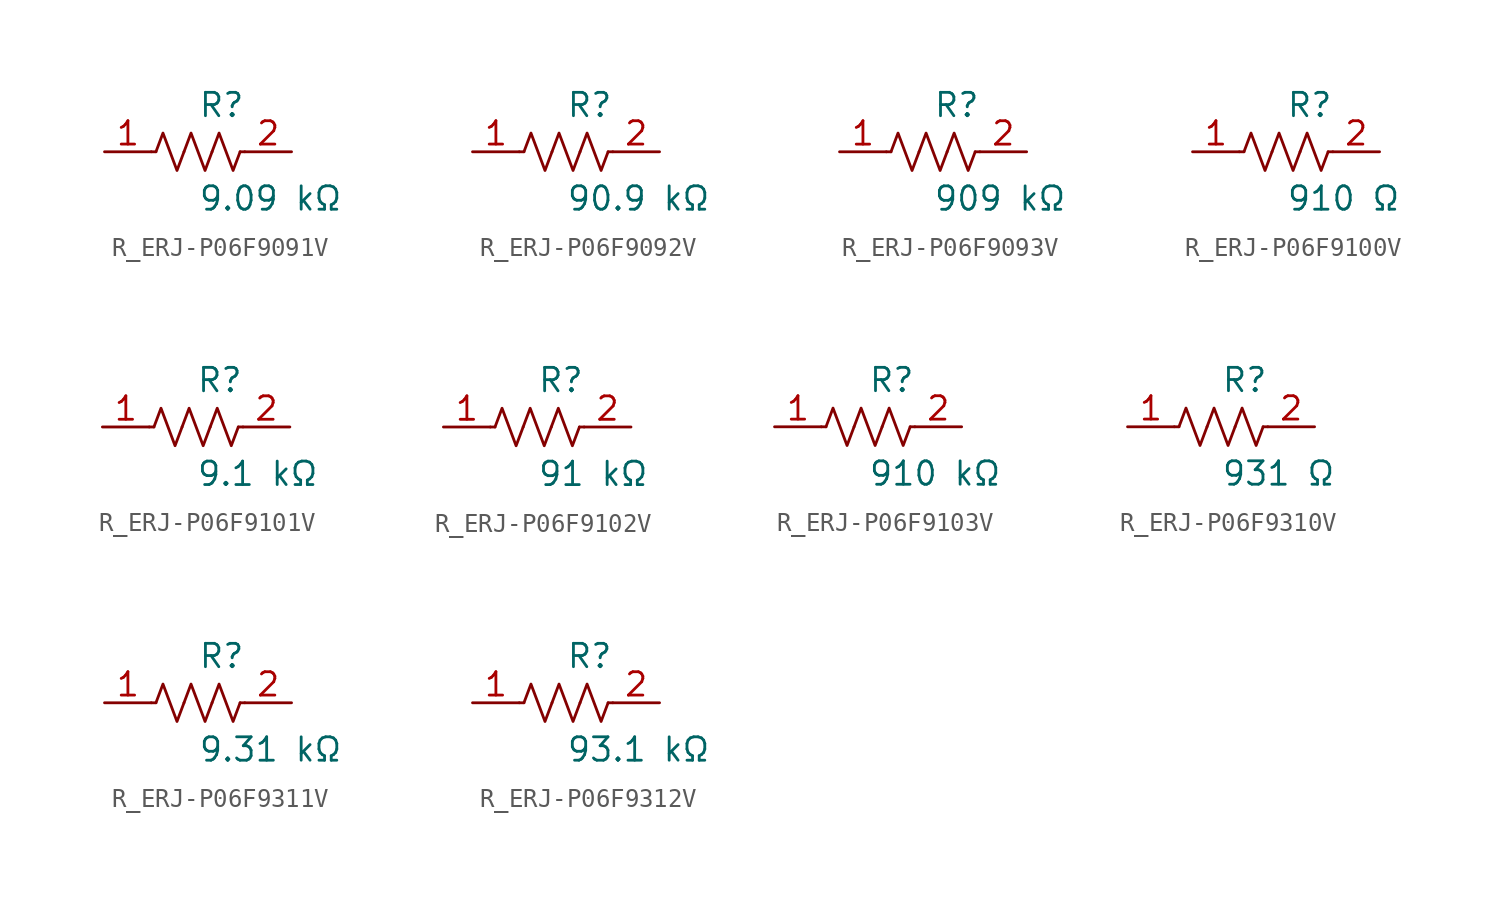
<source format=kicad_sym>
(kicad_symbol_lib
  (version 20231120)
  (generator kicad_symbol_editor)
  (generator_version 8.0)
  (symbol "R_ERJ-P06F9091V"
    (pin_names
      (offset 0.254))
    (property "Reference" "R"
      (at 0.0 2.54 0)
      (effects (font (size 1.27 1.27)) (justify left)))
    (property "Value" "9.09 kΩ"
      (at 0.0 -2.54 0)
      (effects (font (size 1.27 1.27)) (justify left)))
    (symbol "R_ERJ-P06F9091V_0_1"
      (polyline (pts (xy 2.286 0) (xy 2.54 0)) (stroke (width 0) (type default)) (fill (type none)))
      (polyline (pts (xy -2.286 0) (xy -2.54 0)) (stroke (width 0) (type default)) (fill (type none)))
      (polyline (pts (xy 0.762 0) (xy 1.143 1.016) (xy 1.524 0) (xy 1.905 -1.016) (xy 2.286 0)) (stroke (width 0) (type default)) (fill (type none)))
      (polyline (pts (xy -0.762 0) (xy -0.381 1.016) (xy 0 0) (xy 0.381 -1.016) (xy 0.762 0)) (stroke (width 0) (type default)) (fill (type none)))
      (polyline (pts (xy -2.286 0) (xy -1.905 1.016) (xy -1.524 0) (xy -1.143 -1.016) (xy -0.762 0)) (stroke (width 0) (type default)) (fill (type none))))
    (pin unspecified line
      (at -5.08 0 0)
      (length 2.54)
      (name "" (effects (font (size 1.27 1.27))))
      (number "1" (effects (font (size 1.27 1.27)))))
    (pin unspecified line
      (at 5.08 0 180)
      (length 2.54)
      (name "" (effects (font (size 1.27 1.27))))
      (number "2" (effects (font (size 1.27 1.27))))))
  (symbol "R_ERJ-P06F9092V"
    (pin_names
      (offset 0.254))
    (property "Reference" "R"
      (at 0.0 2.54 0)
      (effects (font (size 1.27 1.27)) (justify left)))
    (property "Value" "90.9 kΩ"
      (at 0.0 -2.54 0)
      (effects (font (size 1.27 1.27)) (justify left)))
    (symbol "R_ERJ-P06F9092V_0_1"
      (polyline (pts (xy 2.286 0) (xy 2.54 0)) (stroke (width 0) (type default)) (fill (type none)))
      (polyline (pts (xy -2.286 0) (xy -2.54 0)) (stroke (width 0) (type default)) (fill (type none)))
      (polyline (pts (xy 0.762 0) (xy 1.143 1.016) (xy 1.524 0) (xy 1.905 -1.016) (xy 2.286 0)) (stroke (width 0) (type default)) (fill (type none)))
      (polyline (pts (xy -0.762 0) (xy -0.381 1.016) (xy 0 0) (xy 0.381 -1.016) (xy 0.762 0)) (stroke (width 0) (type default)) (fill (type none)))
      (polyline (pts (xy -2.286 0) (xy -1.905 1.016) (xy -1.524 0) (xy -1.143 -1.016) (xy -0.762 0)) (stroke (width 0) (type default)) (fill (type none))))
    (pin unspecified line
      (at -5.08 0 0)
      (length 2.54)
      (name "" (effects (font (size 1.27 1.27))))
      (number "1" (effects (font (size 1.27 1.27)))))
    (pin unspecified line
      (at 5.08 0 180)
      (length 2.54)
      (name "" (effects (font (size 1.27 1.27))))
      (number "2" (effects (font (size 1.27 1.27))))))
  (symbol "R_ERJ-P06F9093V"
    (pin_names
      (offset 0.254))
    (property "Reference" "R"
      (at 0.0 2.54 0)
      (effects (font (size 1.27 1.27)) (justify left)))
    (property "Value" "909 kΩ"
      (at 0.0 -2.54 0)
      (effects (font (size 1.27 1.27)) (justify left)))
    (symbol "R_ERJ-P06F9093V_0_1"
      (polyline (pts (xy 2.286 0) (xy 2.54 0)) (stroke (width 0) (type default)) (fill (type none)))
      (polyline (pts (xy -2.286 0) (xy -2.54 0)) (stroke (width 0) (type default)) (fill (type none)))
      (polyline (pts (xy 0.762 0) (xy 1.143 1.016) (xy 1.524 0) (xy 1.905 -1.016) (xy 2.286 0)) (stroke (width 0) (type default)) (fill (type none)))
      (polyline (pts (xy -0.762 0) (xy -0.381 1.016) (xy 0 0) (xy 0.381 -1.016) (xy 0.762 0)) (stroke (width 0) (type default)) (fill (type none)))
      (polyline (pts (xy -2.286 0) (xy -1.905 1.016) (xy -1.524 0) (xy -1.143 -1.016) (xy -0.762 0)) (stroke (width 0) (type default)) (fill (type none))))
    (pin unspecified line
      (at -5.08 0 0)
      (length 2.54)
      (name "" (effects (font (size 1.27 1.27))))
      (number "1" (effects (font (size 1.27 1.27)))))
    (pin unspecified line
      (at 5.08 0 180)
      (length 2.54)
      (name "" (effects (font (size 1.27 1.27))))
      (number "2" (effects (font (size 1.27 1.27))))))
  (symbol "R_ERJ-P06F9100V"
    (pin_names
      (offset 0.254))
    (property "Reference" "R"
      (at 0.0 2.54 0)
      (effects (font (size 1.27 1.27)) (justify left)))
    (property "Value" "910 Ω"
      (at 0.0 -2.54 0)
      (effects (font (size 1.27 1.27)) (justify left)))
    (symbol "R_ERJ-P06F9100V_0_1"
      (polyline (pts (xy 2.286 0) (xy 2.54 0)) (stroke (width 0) (type default)) (fill (type none)))
      (polyline (pts (xy -2.286 0) (xy -2.54 0)) (stroke (width 0) (type default)) (fill (type none)))
      (polyline (pts (xy 0.762 0) (xy 1.143 1.016) (xy 1.524 0) (xy 1.905 -1.016) (xy 2.286 0)) (stroke (width 0) (type default)) (fill (type none)))
      (polyline (pts (xy -0.762 0) (xy -0.381 1.016) (xy 0 0) (xy 0.381 -1.016) (xy 0.762 0)) (stroke (width 0) (type default)) (fill (type none)))
      (polyline (pts (xy -2.286 0) (xy -1.905 1.016) (xy -1.524 0) (xy -1.143 -1.016) (xy -0.762 0)) (stroke (width 0) (type default)) (fill (type none))))
    (pin unspecified line
      (at -5.08 0 0)
      (length 2.54)
      (name "" (effects (font (size 1.27 1.27))))
      (number "1" (effects (font (size 1.27 1.27)))))
    (pin unspecified line
      (at 5.08 0 180)
      (length 2.54)
      (name "" (effects (font (size 1.27 1.27))))
      (number "2" (effects (font (size 1.27 1.27))))))
  (symbol "R_ERJ-P06F9101V"
    (pin_names
      (offset 0.254))
    (property "Reference" "R"
      (at 0.0 2.54 0)
      (effects (font (size 1.27 1.27)) (justify left)))
    (property "Value" "9.1 kΩ"
      (at 0.0 -2.54 0)
      (effects (font (size 1.27 1.27)) (justify left)))
    (symbol "R_ERJ-P06F9101V_0_1"
      (polyline (pts (xy 2.286 0) (xy 2.54 0)) (stroke (width 0) (type default)) (fill (type none)))
      (polyline (pts (xy -2.286 0) (xy -2.54 0)) (stroke (width 0) (type default)) (fill (type none)))
      (polyline (pts (xy 0.762 0) (xy 1.143 1.016) (xy 1.524 0) (xy 1.905 -1.016) (xy 2.286 0)) (stroke (width 0) (type default)) (fill (type none)))
      (polyline (pts (xy -0.762 0) (xy -0.381 1.016) (xy 0 0) (xy 0.381 -1.016) (xy 0.762 0)) (stroke (width 0) (type default)) (fill (type none)))
      (polyline (pts (xy -2.286 0) (xy -1.905 1.016) (xy -1.524 0) (xy -1.143 -1.016) (xy -0.762 0)) (stroke (width 0) (type default)) (fill (type none))))
    (pin unspecified line
      (at -5.08 0 0)
      (length 2.54)
      (name "" (effects (font (size 1.27 1.27))))
      (number "1" (effects (font (size 1.27 1.27)))))
    (pin unspecified line
      (at 5.08 0 180)
      (length 2.54)
      (name "" (effects (font (size 1.27 1.27))))
      (number "2" (effects (font (size 1.27 1.27))))))
  (symbol "R_ERJ-P06F9102V"
    (pin_names
      (offset 0.254))
    (property "Reference" "R"
      (at 0.0 2.54 0)
      (effects (font (size 1.27 1.27)) (justify left)))
    (property "Value" "91 kΩ"
      (at 0.0 -2.54 0)
      (effects (font (size 1.27 1.27)) (justify left)))
    (symbol "R_ERJ-P06F9102V_0_1"
      (polyline (pts (xy 2.286 0) (xy 2.54 0)) (stroke (width 0) (type default)) (fill (type none)))
      (polyline (pts (xy -2.286 0) (xy -2.54 0)) (stroke (width 0) (type default)) (fill (type none)))
      (polyline (pts (xy 0.762 0) (xy 1.143 1.016) (xy 1.524 0) (xy 1.905 -1.016) (xy 2.286 0)) (stroke (width 0) (type default)) (fill (type none)))
      (polyline (pts (xy -0.762 0) (xy -0.381 1.016) (xy 0 0) (xy 0.381 -1.016) (xy 0.762 0)) (stroke (width 0) (type default)) (fill (type none)))
      (polyline (pts (xy -2.286 0) (xy -1.905 1.016) (xy -1.524 0) (xy -1.143 -1.016) (xy -0.762 0)) (stroke (width 0) (type default)) (fill (type none))))
    (pin unspecified line
      (at -5.08 0 0)
      (length 2.54)
      (name "" (effects (font (size 1.27 1.27))))
      (number "1" (effects (font (size 1.27 1.27)))))
    (pin unspecified line
      (at 5.08 0 180)
      (length 2.54)
      (name "" (effects (font (size 1.27 1.27))))
      (number "2" (effects (font (size 1.27 1.27))))))
  (symbol "R_ERJ-P06F9103V"
    (pin_names
      (offset 0.254))
    (property "Reference" "R"
      (at 0.0 2.54 0)
      (effects (font (size 1.27 1.27)) (justify left)))
    (property "Value" "910 kΩ"
      (at 0.0 -2.54 0)
      (effects (font (size 1.27 1.27)) (justify left)))
    (symbol "R_ERJ-P06F9103V_0_1"
      (polyline (pts (xy 2.286 0) (xy 2.54 0)) (stroke (width 0) (type default)) (fill (type none)))
      (polyline (pts (xy -2.286 0) (xy -2.54 0)) (stroke (width 0) (type default)) (fill (type none)))
      (polyline (pts (xy 0.762 0) (xy 1.143 1.016) (xy 1.524 0) (xy 1.905 -1.016) (xy 2.286 0)) (stroke (width 0) (type default)) (fill (type none)))
      (polyline (pts (xy -0.762 0) (xy -0.381 1.016) (xy 0 0) (xy 0.381 -1.016) (xy 0.762 0)) (stroke (width 0) (type default)) (fill (type none)))
      (polyline (pts (xy -2.286 0) (xy -1.905 1.016) (xy -1.524 0) (xy -1.143 -1.016) (xy -0.762 0)) (stroke (width 0) (type default)) (fill (type none))))
    (pin unspecified line
      (at -5.08 0 0)
      (length 2.54)
      (name "" (effects (font (size 1.27 1.27))))
      (number "1" (effects (font (size 1.27 1.27)))))
    (pin unspecified line
      (at 5.08 0 180)
      (length 2.54)
      (name "" (effects (font (size 1.27 1.27))))
      (number "2" (effects (font (size 1.27 1.27))))))
  (symbol "R_ERJ-P06F9310V"
    (pin_names
      (offset 0.254))
    (property "Reference" "R"
      (at 0.0 2.54 0)
      (effects (font (size 1.27 1.27)) (justify left)))
    (property "Value" "931 Ω"
      (at 0.0 -2.54 0)
      (effects (font (size 1.27 1.27)) (justify left)))
    (symbol "R_ERJ-P06F9310V_0_1"
      (polyline (pts (xy 2.286 0) (xy 2.54 0)) (stroke (width 0) (type default)) (fill (type none)))
      (polyline (pts (xy -2.286 0) (xy -2.54 0)) (stroke (width 0) (type default)) (fill (type none)))
      (polyline (pts (xy 0.762 0) (xy 1.143 1.016) (xy 1.524 0) (xy 1.905 -1.016) (xy 2.286 0)) (stroke (width 0) (type default)) (fill (type none)))
      (polyline (pts (xy -0.762 0) (xy -0.381 1.016) (xy 0 0) (xy 0.381 -1.016) (xy 0.762 0)) (stroke (width 0) (type default)) (fill (type none)))
      (polyline (pts (xy -2.286 0) (xy -1.905 1.016) (xy -1.524 0) (xy -1.143 -1.016) (xy -0.762 0)) (stroke (width 0) (type default)) (fill (type none))))
    (pin unspecified line
      (at -5.08 0 0)
      (length 2.54)
      (name "" (effects (font (size 1.27 1.27))))
      (number "1" (effects (font (size 1.27 1.27)))))
    (pin unspecified line
      (at 5.08 0 180)
      (length 2.54)
      (name "" (effects (font (size 1.27 1.27))))
      (number "2" (effects (font (size 1.27 1.27))))))
  (symbol "R_ERJ-P06F9311V"
    (pin_names
      (offset 0.254))
    (property "Reference" "R"
      (at 0.0 2.54 0)
      (effects (font (size 1.27 1.27)) (justify left)))
    (property "Value" "9.31 kΩ"
      (at 0.0 -2.54 0)
      (effects (font (size 1.27 1.27)) (justify left)))
    (symbol "R_ERJ-P06F9311V_0_1"
      (polyline (pts (xy 2.286 0) (xy 2.54 0)) (stroke (width 0) (type default)) (fill (type none)))
      (polyline (pts (xy -2.286 0) (xy -2.54 0)) (stroke (width 0) (type default)) (fill (type none)))
      (polyline (pts (xy 0.762 0) (xy 1.143 1.016) (xy 1.524 0) (xy 1.905 -1.016) (xy 2.286 0)) (stroke (width 0) (type default)) (fill (type none)))
      (polyline (pts (xy -0.762 0) (xy -0.381 1.016) (xy 0 0) (xy 0.381 -1.016) (xy 0.762 0)) (stroke (width 0) (type default)) (fill (type none)))
      (polyline (pts (xy -2.286 0) (xy -1.905 1.016) (xy -1.524 0) (xy -1.143 -1.016) (xy -0.762 0)) (stroke (width 0) (type default)) (fill (type none))))
    (pin unspecified line
      (at -5.08 0 0)
      (length 2.54)
      (name "" (effects (font (size 1.27 1.27))))
      (number "1" (effects (font (size 1.27 1.27)))))
    (pin unspecified line
      (at 5.08 0 180)
      (length 2.54)
      (name "" (effects (font (size 1.27 1.27))))
      (number "2" (effects (font (size 1.27 1.27))))))
  (symbol "R_ERJ-P06F9312V"
    (pin_names
      (offset 0.254))
    (property "Reference" "R"
      (at 0.0 2.54 0)
      (effects (font (size 1.27 1.27)) (justify left)))
    (property "Value" "93.1 kΩ"
      (at 0.0 -2.54 0)
      (effects (font (size 1.27 1.27)) (justify left)))
    (symbol "R_ERJ-P06F9312V_0_1"
      (polyline (pts (xy 2.286 0) (xy 2.54 0)) (stroke (width 0) (type default)) (fill (type none)))
      (polyline (pts (xy -2.286 0) (xy -2.54 0)) (stroke (width 0) (type default)) (fill (type none)))
      (polyline (pts (xy 0.762 0) (xy 1.143 1.016) (xy 1.524 0) (xy 1.905 -1.016) (xy 2.286 0)) (stroke (width 0) (type default)) (fill (type none)))
      (polyline (pts (xy -0.762 0) (xy -0.381 1.016) (xy 0 0) (xy 0.381 -1.016) (xy 0.762 0)) (stroke (width 0) (type default)) (fill (type none)))
      (polyline (pts (xy -2.286 0) (xy -1.905 1.016) (xy -1.524 0) (xy -1.143 -1.016) (xy -0.762 0)) (stroke (width 0) (type default)) (fill (type none))))
    (pin unspecified line
      (at -5.08 0 0)
      (length 2.54)
      (name "" (effects (font (size 1.27 1.27))))
      (number "1" (effects (font (size 1.27 1.27)))))
    (pin unspecified line
      (at 5.08 0 180)
      (length 2.54)
      (name "" (effects (font (size 1.27 1.27))))
      (number "2" (effects (font (size 1.27 1.27)))))))
</source>
